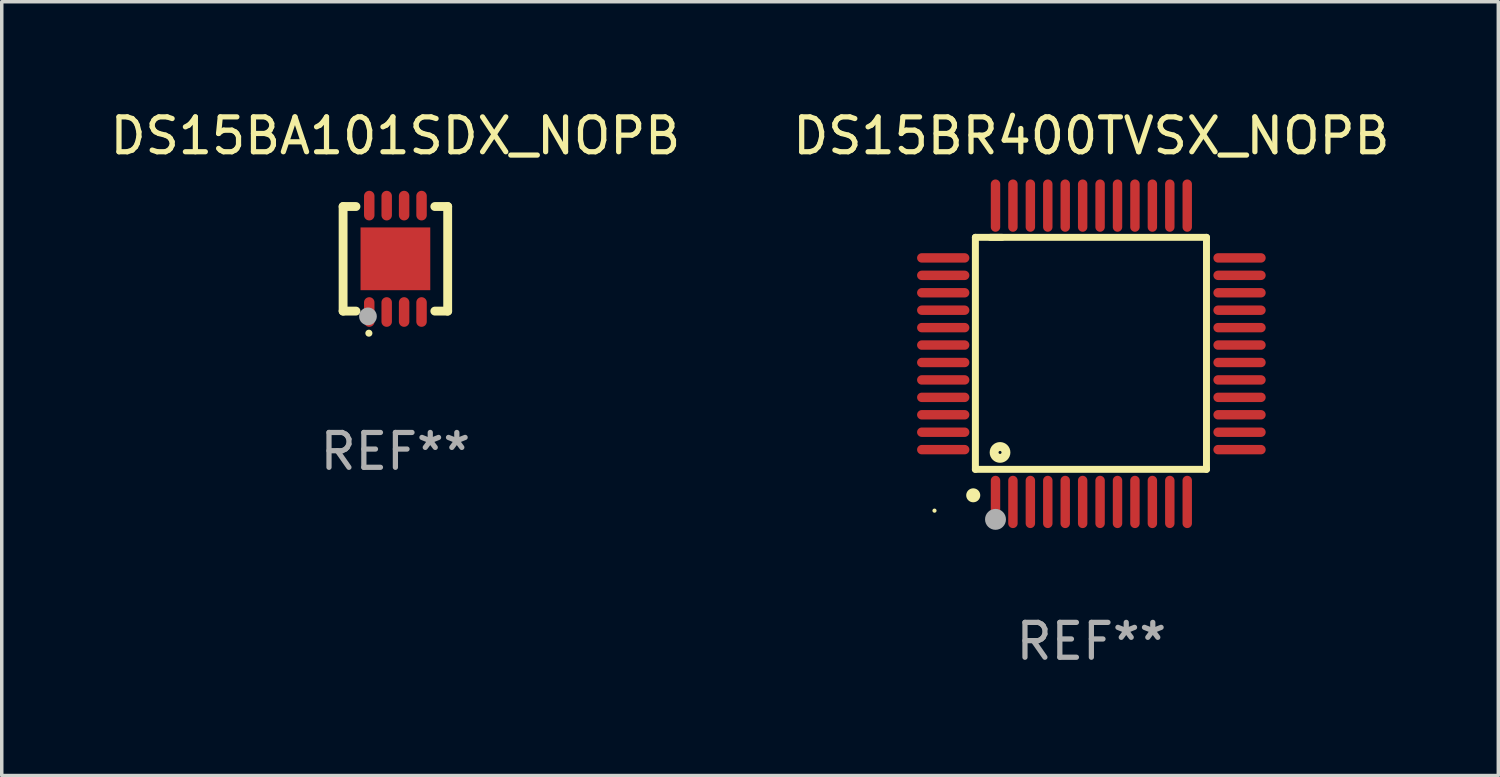
<source format=kicad_pcb>
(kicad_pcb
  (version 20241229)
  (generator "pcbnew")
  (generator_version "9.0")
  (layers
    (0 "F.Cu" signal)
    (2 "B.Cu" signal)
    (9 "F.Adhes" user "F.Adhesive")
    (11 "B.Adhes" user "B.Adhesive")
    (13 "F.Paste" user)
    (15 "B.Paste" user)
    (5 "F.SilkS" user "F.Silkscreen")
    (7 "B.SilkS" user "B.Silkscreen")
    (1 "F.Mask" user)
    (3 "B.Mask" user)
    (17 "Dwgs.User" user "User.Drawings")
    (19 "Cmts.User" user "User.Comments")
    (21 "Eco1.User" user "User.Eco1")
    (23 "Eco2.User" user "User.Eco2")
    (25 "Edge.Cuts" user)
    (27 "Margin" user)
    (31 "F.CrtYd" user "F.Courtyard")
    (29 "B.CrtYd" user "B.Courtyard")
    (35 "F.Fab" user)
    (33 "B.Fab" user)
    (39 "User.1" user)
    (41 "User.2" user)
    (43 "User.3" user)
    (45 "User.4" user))
  (footprint "DS15BA101SDX_NOPB"
    (layer "F.Cu")
    (at 8.292 4.374)
    (property "Reference" "DS15BA101SDX_NOPB" (at 0 -3.526 0) (layer "F.SilkS") (effects (font (size 1 1) (thickness 0.15))))
    (attr through_hole)
    (fp_line (start -1.5 -1.5) (end -1.131 -1.5) (stroke (width 0.254) (type solid)) (layer "F.SilkS"))
    (fp_line (start -1.5 1.5) (end -1.5 -1.5) (stroke (width 0.254) (type solid)) (layer "F.SilkS"))
    (fp_line (start -1.5 1.5) (end -1.131 1.5) (stroke (width 0.254) (type solid)) (layer "F.SilkS"))
    (fp_line (start 1.131 -1.5) (end 1.5 -1.5) (stroke (width 0.254) (type solid)) (layer "F.SilkS"))
    (fp_line (start 1.131 1.5) (end 1.5 1.5) (stroke (width 0.254) (type solid)) (layer "F.SilkS"))
    (fp_line (start 1.5 -1.5) (end 1.5 1.5) (stroke (width 0.254) (type solid)) (layer "F.SilkS"))
    (fp_arc (start -0.762002 2.133642) (mid -0.760732 2.133634) (end -0.759462 2.133642) (stroke (width 0.2) (type solid)) (layer "F.SilkS"))
    (fp_circle (center -1.5 1.5) (end -1.47 1.5) (stroke (width 0.06) (type solid)) (fill no) (layer "F.SilkS"))
    (fp_circle (center -0.787 1.651) (end -0.66 1.651) (stroke (width 0.254) (type solid)) (fill no) (layer "F.Fab"))
    (fp_text user "REF**" (at 0 5.526 0) (layer "F.Fab") (effects (font (size 1 1) (thickness 0.15))))
    (pad "1" smd oval (at -0.75 1.526) (size 0.3 0.85) (layers "F.Cu" "F.Mask" "F.Paste"))
    (pad "2" smd oval (at -0.25 1.526) (size 0.3 0.85) (layers "F.Cu" "F.Mask" "F.Paste"))
    (pad "3" smd oval (at 0.25 1.526) (size 0.3 0.85) (layers "F.Cu" "F.Mask" "F.Paste"))
    (pad "4" smd oval (at 0.75 1.526) (size 0.3 0.85) (layers "F.Cu" "F.Mask" "F.Paste"))
    (pad "5" smd oval (at 0.75 -1.526 180) (size 0.3 0.85) (layers "F.Cu" "F.Mask" "F.Paste"))
    (pad "6" smd oval (at 0.25 -1.526 180) (size 0.3 0.85) (layers "F.Cu" "F.Mask" "F.Paste"))
    (pad "7" smd oval (at -0.25 -1.526 180) (size 0.3 0.85) (layers "F.Cu" "F.Mask" "F.Paste"))
    (pad "8" smd oval (at -0.75 -1.526 180) (size 0.3 0.85) (layers "F.Cu" "F.Mask" "F.Paste"))
    (pad "9" smd rect (at 0.000051 -0.000013) (size 2 1.8) (layers "F.Cu" "F.Mask" "F.Paste")))
  (footprint "DS15BR400TVSX_NOPB"
    (layer "F.Cu")
    (at 28.256 7.098)
    (property "Reference" "DS15BR400TVSX_NOPB" (at 0 -6.25 0) (layer "F.SilkS") (effects (font (size 1 1) (thickness 0.15))))
    (attr through_hole)
    (fp_line (start -3.327 -3.34) (end -2.565 -3.34) (stroke (width 0.2) (type solid)) (layer "F.SilkS"))
    (fp_line (start -3.327 3.315) (end -3.327 -3.34) (stroke (width 0.2) (type solid)) (layer "F.SilkS"))
    (fp_line (start -2.896 -3.34) (end 3.302 -3.34) (stroke (width 0.2) (type solid)) (layer "F.SilkS"))
    (fp_line (start 3.302 -3.34) (end 3.302 3.315) (stroke (width 0.2) (type solid)) (layer "F.SilkS"))
    (fp_line (start 3.302 3.315) (end -3.327 3.315) (stroke (width 0.2) (type solid)) (layer "F.SilkS"))
    (fp_arc (start -3.389992 4.059995) (mid -3.388722 4.059991) (end -3.387452 4.059995) (stroke (width 0.4) (type solid)) (layer "F.SilkS"))
    (fp_circle (center -4.5 4.5) (end -4.47 4.5) (stroke (width 0.06) (type solid)) (fill no) (layer "F.SilkS"))
    (fp_circle (center -2.62 2.83) (end -2.45 2.83) (stroke (width 0.254) (type solid)) (fill no) (layer "F.SilkS"))
    (fp_circle (center -2.75 4.75) (end -2.6 4.75) (stroke (width 0.3) (type solid)) (fill no) (layer "F.Fab"))
    (fp_text user "REF**" (at 0 8.25 0) (layer "F.Fab") (effects (font (size 1 1) (thickness 0.15))))
    (pad "1" smd oval (at -2.75 4.25) (size 0.27 1.5) (layers "F.Cu" "F.Mask" "F.Paste"))
    (pad "2" smd oval (at -2.25 4.25) (size 0.27 1.5) (layers "F.Cu" "F.Mask" "F.Paste"))
    (pad "3" smd oval (at -1.75 4.25) (size 0.27 1.5) (layers "F.Cu" "F.Mask" "F.Paste"))
    (pad "4" smd oval (at -1.25 4.25) (size 0.27 1.5) (layers "F.Cu" "F.Mask" "F.Paste"))
    (pad "5" smd oval (at -0.75 4.25) (size 0.27 1.5) (layers "F.Cu" "F.Mask" "F.Paste"))
    (pad "6" smd oval (at -0.25 4.25) (size 0.27 1.5) (layers "F.Cu" "F.Mask" "F.Paste"))
    (pad "7" smd oval (at 0.25 4.25) (size 0.27 1.5) (layers "F.Cu" "F.Mask" "F.Paste"))
    (pad "8" smd oval (at 0.75 4.25) (size 0.27 1.5) (layers "F.Cu" "F.Mask" "F.Paste"))
    (pad "9" smd oval (at 1.25 4.25) (size 0.27 1.5) (layers "F.Cu" "F.Mask" "F.Paste"))
    (pad "10" smd oval (at 1.75 4.25) (size 0.27 1.5) (layers "F.Cu" "F.Mask" "F.Paste"))
    (pad "11" smd oval (at 2.25 4.25) (size 0.27 1.5) (layers "F.Cu" "F.Mask" "F.Paste"))
    (pad "12" smd oval (at 2.75 4.25) (size 0.27 1.5) (layers "F.Cu" "F.Mask" "F.Paste"))
    (pad "13" smd oval (at 4.25 2.75) (size 1.5 0.27) (layers "F.Cu" "F.Mask" "F.Paste"))
    (pad "14" smd oval (at 4.25 2.25) (size 1.5 0.27) (layers "F.Cu" "F.Mask" "F.Paste"))
    (pad "15" smd oval (at 4.25 1.75) (size 1.5 0.27) (layers "F.Cu" "F.Mask" "F.Paste"))
    (pad "16" smd oval (at 4.25 1.25) (size 1.5 0.27) (layers "F.Cu" "F.Mask" "F.Paste"))
    (pad "17" smd oval (at 4.25 0.75) (size 1.5 0.27) (layers "F.Cu" "F.Mask" "F.Paste"))
    (pad "18" smd oval (at 4.25 0.25) (size 1.5 0.27) (layers "F.Cu" "F.Mask" "F.Paste"))
    (pad "19" smd oval (at 4.25 -0.25) (size 1.5 0.27) (layers "F.Cu" "F.Mask" "F.Paste"))
    (pad "20" smd oval (at 4.25 -0.75) (size 1.5 0.27) (layers "F.Cu" "F.Mask" "F.Paste"))
    (pad "21" smd oval (at 4.25 -1.25) (size 1.5 0.27) (layers "F.Cu" "F.Mask" "F.Paste"))
    (pad "22" smd oval (at 4.25 -1.75) (size 1.5 0.27) (layers "F.Cu" "F.Mask" "F.Paste"))
    (pad "23" smd oval (at 4.25 -2.25) (size 1.5 0.27) (layers "F.Cu" "F.Mask" "F.Paste"))
    (pad "24" smd oval (at 4.25 -2.75) (size 1.5 0.27) (layers "F.Cu" "F.Mask" "F.Paste"))
    (pad "25" smd oval (at 2.75 -4.25) (size 0.27 1.5) (layers "F.Cu" "F.Mask" "F.Paste"))
    (pad "26" smd oval (at 2.25 -4.25) (size 0.27 1.5) (layers "F.Cu" "F.Mask" "F.Paste"))
    (pad "27" smd oval (at 1.75 -4.25) (size 0.27 1.5) (layers "F.Cu" "F.Mask" "F.Paste"))
    (pad "28" smd oval (at 1.25 -4.25) (size 0.27 1.5) (layers "F.Cu" "F.Mask" "F.Paste"))
    (pad "29" smd oval (at 0.75 -4.25) (size 0.27 1.5) (layers "F.Cu" "F.Mask" "F.Paste"))
    (pad "30" smd oval (at 0.25 -4.25) (size 0.27 1.5) (layers "F.Cu" "F.Mask" "F.Paste"))
    (pad "31" smd oval (at -0.25 -4.25) (size 0.27 1.5) (layers "F.Cu" "F.Mask" "F.Paste"))
    (pad "32" smd oval (at -0.75 -4.25) (size 0.27 1.5) (layers "F.Cu" "F.Mask" "F.Paste"))
    (pad "33" smd oval (at -1.25 -4.25) (size 0.27 1.5) (layers "F.Cu" "F.Mask" "F.Paste"))
    (pad "34" smd oval (at -1.75 -4.25) (size 0.27 1.5) (layers "F.Cu" "F.Mask" "F.Paste"))
    (pad "35" smd oval (at -2.25 -4.25) (size 0.27 1.5) (layers "F.Cu" "F.Mask" "F.Paste"))
    (pad "36" smd oval (at -2.75 -4.25) (size 0.27 1.5) (layers "F.Cu" "F.Mask" "F.Paste"))
    (pad "37" smd oval (at -4.25 -2.75) (size 1.5 0.27) (layers "F.Cu" "F.Mask" "F.Paste"))
    (pad "38" smd oval (at -4.25 -2.25) (size 1.5 0.27) (layers "F.Cu" "F.Mask" "F.Paste"))
    (pad "39" smd oval (at -4.25 -1.75) (size 1.5 0.27) (layers "F.Cu" "F.Mask" "F.Paste"))
    (pad "40" smd oval (at -4.25 -1.25) (size 1.5 0.27) (layers "F.Cu" "F.Mask" "F.Paste"))
    (pad "41" smd oval (at -4.25 -0.75) (size 1.5 0.27) (layers "F.Cu" "F.Mask" "F.Paste"))
    (pad "42" smd oval (at -4.25 -0.25) (size 1.5 0.27) (layers "F.Cu" "F.Mask" "F.Paste"))
    (pad "43" smd oval (at -4.25 0.25) (size 1.5 0.27) (layers "F.Cu" "F.Mask" "F.Paste"))
    (pad "44" smd oval (at -4.25 0.75) (size 1.5 0.27) (layers "F.Cu" "F.Mask" "F.Paste"))
    (pad "45" smd oval (at -4.25 1.25) (size 1.5 0.27) (layers "F.Cu" "F.Mask" "F.Paste"))
    (pad "46" smd oval (at -4.25 1.75) (size 1.5 0.27) (layers "F.Cu" "F.Mask" "F.Paste"))
    (pad "47" smd oval (at -4.25 2.25) (size 1.5 0.27) (layers "F.Cu" "F.Mask" "F.Paste"))
    (pad "48" smd oval (at -4.25 2.75) (size 1.5 0.27) (layers "F.Cu" "F.Mask" "F.Paste")))
  (gr_rect
    (start -3 -3)
    (end 39.929 19.196)
    (stroke (width 0.1) (type default))
    (fill no)
    (layer "Edge.Cuts")))
</source>
